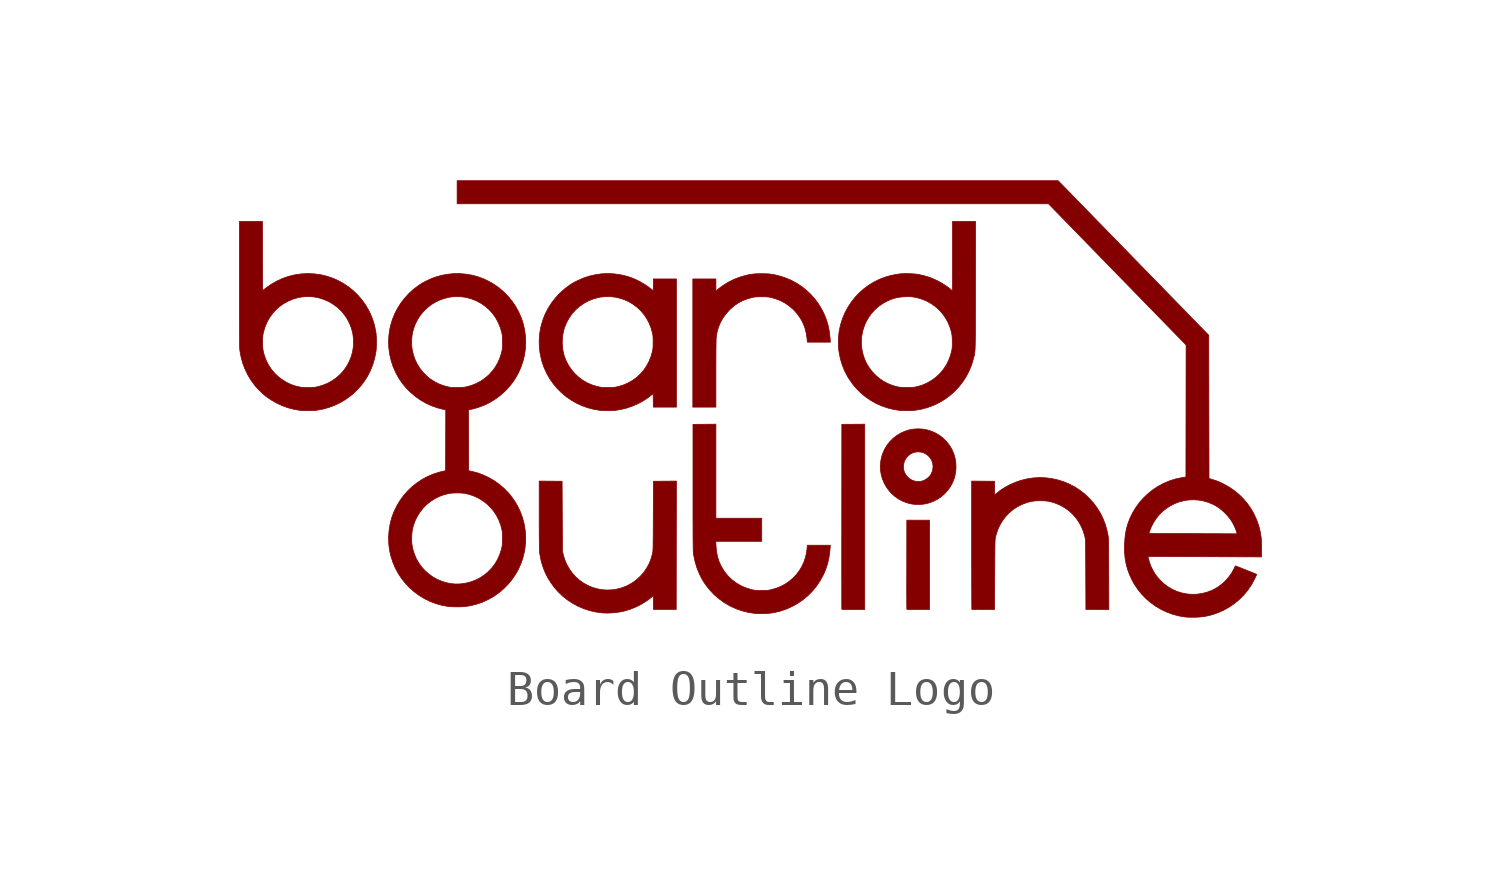
<source format=kicad_sym>
(kicad_symbol_lib
  (version 20211014)
  (generator kicad_symbol_editor)
  (symbol "Board Outline Logo"
    (pin_numbers hide)
    (pin_names
      (offset 1.016) hide)
    (property "Reference" "#G"
      (at 0 5.715 0)
      (effects (font (size 1.27 1.27)) hide))
    (symbol "Board Outline Logo_0_0"
      (polyline (pts (xy 4.796 -6.122) (xy 4.884 -6.121) (xy 5.213 -6.119) (xy 5.213 -3.523) (xy 4.551 -3.523) (xy 4.549 -4.812) (xy 4.549 -4.831) (xy 4.549 -4.979) (xy 4.549 -5.122) (xy 4.548 -5.26) (xy 4.548 -5.39) (xy 4.548 -5.513) (xy 4.548 -5.628) (xy 4.549 -5.732) (xy 4.549 -5.826) (xy 4.549 -5.909) (xy 4.549 -5.979) (xy 4.55 -6.035) (xy 4.55 -6.077) (xy 4.551 -6.103) (xy 4.551 -6.113) (xy 4.551 -6.113) (xy 4.556 -6.116) (xy 4.568 -6.118) (xy 4.59 -6.12) (xy 4.622 -6.121) (xy 4.667 -6.122) (xy 4.724 -6.122) (xy 4.796 -6.122)) (stroke (width 0.01) (type default) (color 0 0 0 0)) (fill (type outline)))
      (polyline (pts (xy 3.327 -0.731) (xy 2.661 -0.736) (xy 2.659 -3.419) (xy 2.659 -3.502) (xy 2.659 -3.715) (xy 2.659 -3.924) (xy 2.658 -4.127) (xy 2.658 -4.325) (xy 2.658 -5.04) (xy 2.658 -5.197) (xy 2.659 -5.344) (xy 2.659 -5.48) (xy 2.659 -5.605) (xy 2.659 -5.718) (xy 2.659 -5.818) (xy 2.659 -5.904) (xy 2.66 -5.977) (xy 2.66 -6.035) (xy 2.66 -6.077) (xy 2.66 -6.103) (xy 2.661 -6.113) (xy 2.665 -6.115) (xy 2.677 -6.118) (xy 2.699 -6.12) (xy 2.732 -6.121) (xy 2.776 -6.122) (xy 2.834 -6.123) (xy 2.907 -6.123) (xy 2.996 -6.123) (xy 3.327 -6.123) (xy 3.327 -0.731)) (stroke (width 0.01) (type default) (color 0 0 0 0)) (fill (type outline)))
      (polyline (pts (xy -1.002 0.856) (xy -1.002 1.01) (xy -1.001 1.153) (xy -1.001 1.283) (xy -1 1.4) (xy -0.999 1.502) (xy -0.998 1.591) (xy -0.997 1.664) (xy -0.996 1.721) (xy -0.994 1.763) (xy -0.993 1.787) (xy -0.992 1.796) (xy -0.968 1.945) (xy -0.927 2.088) (xy -0.871 2.224) (xy -0.799 2.353) (xy -0.71 2.476) (xy -0.606 2.592) (xy -0.575 2.622) (xy -0.464 2.717) (xy -0.347 2.797) (xy -0.222 2.863) (xy -0.087 2.915) (xy 0.059 2.955) (xy 0.07 2.958) (xy 0.102 2.964) (xy 0.133 2.968) (xy 0.168 2.971) (xy 0.209 2.973) (xy 0.261 2.974) (xy 0.327 2.974) (xy 0.35 2.974) (xy 0.41 2.974) (xy 0.459 2.972) (xy 0.497 2.97) (xy 0.531 2.967) (xy 0.562 2.962) (xy 0.594 2.955) (xy 0.719 2.922) (xy 0.862 2.868) (xy 0.996 2.799) (xy 1.12 2.716) (xy 1.234 2.619) (xy 1.28 2.574) (xy 1.381 2.457) (xy 1.465 2.334) (xy 1.534 2.204) (xy 1.587 2.066) (xy 1.625 1.92) (xy 1.648 1.766) (xy 1.658 1.655) (xy 2.327 1.655) (xy 2.322 1.736) (xy 2.313 1.833) (xy 2.292 1.993) (xy 2.261 2.142) (xy 2.22 2.285) (xy 2.167 2.424) (xy 2.102 2.563) (xy 2.079 2.607) (xy 1.985 2.763) (xy 1.877 2.909) (xy 1.756 3.045) (xy 1.624 3.168) (xy 1.482 3.28) (xy 1.331 3.378) (xy 1.171 3.462) (xy 1.005 3.531) (xy 0.832 3.584) (xy 0.757 3.603) (xy 0.687 3.618) (xy 0.622 3.629) (xy 0.558 3.637) (xy 0.491 3.642) (xy 0.415 3.645) (xy 0.327 3.645) (xy 0.243 3.645) (xy 0.167 3.642) (xy 0.099 3.638) (xy 0.035 3.63) (xy -0.029 3.619) (xy -0.099 3.604) (xy -0.179 3.584) (xy -0.308 3.546) (xy -0.473 3.482) (xy -0.634 3.403) (xy -0.786 3.31) (xy -0.927 3.205) (xy -1.002 3.144) (xy -1.002 3.493) (xy -1.673 3.493) (xy -1.673 -0.235) (xy -1.002 -0.235) (xy -1.002 0.856)) (stroke (width 0.01) (type default) (color 0 0 0 0)) (fill (type outline)))
      (polyline (pts (xy 4.938 -3.064) (xy 5.008 -3.06) (xy 5.066 -3.053) (xy 5.186 -3.025) (xy 5.313 -2.98) (xy 5.433 -2.92) (xy 5.545 -2.846) (xy 5.646 -2.759) (xy 5.737 -2.661) (xy 5.815 -2.553) (xy 5.88 -2.435) (xy 5.93 -2.308) (xy 5.948 -2.248) (xy 5.973 -2.12) (xy 5.982 -1.988) (xy 5.977 -1.855) (xy 5.956 -1.725) (xy 5.92 -1.598) (xy 5.87 -1.479) (xy 5.85 -1.44) (xy 5.777 -1.325) (xy 5.692 -1.221) (xy 5.596 -1.129) (xy 5.492 -1.05) (xy 5.379 -0.985) (xy 5.259 -0.933) (xy 5.134 -0.895) (xy 5.004 -0.873) (xy 4.872 -0.866) (xy 4.738 -0.875) (xy 4.604 -0.901) (xy 4.49 -0.938) (xy 4.368 -0.994) (xy 4.253 -1.064) (xy 4.149 -1.147) (xy 4.054 -1.242) (xy 3.972 -1.348) (xy 3.903 -1.463) (xy 3.849 -1.587) (xy 3.825 -1.659) (xy 3.795 -1.793) (xy 3.782 -1.927) (xy 3.783 -1.963) (xy 4.451 -1.963) (xy 4.461 -1.877) (xy 4.487 -1.797) (xy 4.528 -1.723) (xy 4.585 -1.657) (xy 4.586 -1.656) (xy 4.647 -1.605) (xy 4.712 -1.57) (xy 4.784 -1.546) (xy 4.796 -1.543) (xy 4.88 -1.535) (xy 4.961 -1.542) (xy 5.038 -1.565) (xy 5.11 -1.601) (xy 5.174 -1.649) (xy 5.229 -1.709) (xy 5.272 -1.779) (xy 5.301 -1.859) (xy 5.302 -1.86) (xy 5.313 -1.935) (xy 5.311 -2.016) (xy 5.294 -2.095) (xy 5.265 -2.17) (xy 5.229 -2.226) (xy 5.179 -2.279) (xy 5.121 -2.325) (xy 5.058 -2.362) (xy 4.995 -2.385) (xy 4.969 -2.391) (xy 4.883 -2.399) (xy 4.798 -2.391) (xy 4.719 -2.367) (xy 4.645 -2.326) (xy 4.579 -2.271) (xy 4.578 -2.271) (xy 4.522 -2.203) (xy 4.482 -2.131) (xy 4.459 -2.053) (xy 4.451 -1.968) (xy 4.451 -1.963) (xy 3.783 -1.963) (xy 3.785 -2.061) (xy 3.805 -2.193) (xy 3.841 -2.322) (xy 3.893 -2.446) (xy 3.96 -2.565) (xy 4.043 -2.677) (xy 4.101 -2.741) (xy 4.202 -2.831) (xy 4.313 -2.909) (xy 4.433 -2.972) (xy 4.559 -3.02) (xy 4.691 -3.052) (xy 4.726 -3.057) (xy 4.791 -3.063) (xy 4.864 -3.065) (xy 4.938 -3.064)) (stroke (width 0.01) (type default) (color 0 0 0 0)) (fill (type outline)))
      (polyline (pts (xy -4.049 -6.221) (xy -3.924 -6.211) (xy -3.8 -6.194) (xy -3.685 -6.171) (xy -3.65 -6.162) (xy -3.489 -6.112) (xy -3.33 -6.048) (xy -3.175 -5.97) (xy -3.029 -5.88) (xy -2.894 -5.781) (xy -2.823 -5.722) (xy -2.82 -5.921) (xy -2.818 -6.119) (xy -2.156 -6.119) (xy -2.154 -4.253) (xy -2.151 -2.386) (xy -2.818 -2.391) (xy -2.823 -3.401) (xy -2.823 -3.449) (xy -2.824 -3.598) (xy -2.824 -3.731) (xy -2.825 -3.849) (xy -2.825 -3.953) (xy -2.826 -4.044) (xy -2.827 -4.122) (xy -2.828 -4.19) (xy -2.828 -4.247) (xy -2.829 -4.296) (xy -2.83 -4.337) (xy -2.832 -4.37) (xy -2.833 -4.397) (xy -2.834 -4.42) (xy -2.836 -4.438) (xy -2.838 -4.454) (xy -2.841 -4.468) (xy -2.843 -4.48) (xy -2.846 -4.493) (xy -2.858 -4.544) (xy -2.897 -4.671) (xy -2.944 -4.786) (xy -2.947 -4.793) (xy -3.017 -4.921) (xy -3.1 -5.041) (xy -3.198 -5.152) (xy -3.306 -5.252) (xy -3.425 -5.34) (xy -3.551 -5.413) (xy -3.621 -5.446) (xy -3.76 -5.497) (xy -3.901 -5.532) (xy -4.044 -5.551) (xy -4.186 -5.555) (xy -4.326 -5.543) (xy -4.464 -5.517) (xy -4.598 -5.476) (xy -4.728 -5.421) (xy -4.851 -5.353) (xy -4.967 -5.271) (xy -5.074 -5.177) (xy -5.172 -5.07) (xy -5.258 -4.952) (xy -5.333 -4.821) (xy -5.347 -4.793) (xy -5.384 -4.707) (xy -5.415 -4.619) (xy -5.442 -4.521) (xy -5.465 -4.429) (xy -5.47 -3.41) (xy -5.475 -2.391) (xy -6.141 -2.386) (xy -6.141 -3.371) (xy -6.141 -3.485) (xy -6.141 -3.647) (xy -6.14 -3.796) (xy -6.14 -3.93) (xy -6.139 -4.05) (xy -6.138 -4.155) (xy -6.137 -4.245) (xy -6.136 -4.318) (xy -6.135 -4.376) (xy -6.133 -4.417) (xy -6.132 -4.441) (xy -6.122 -4.514) (xy -6.088 -4.694) (xy -6.038 -4.867) (xy -5.973 -5.034) (xy -5.894 -5.193) (xy -5.801 -5.343) (xy -5.696 -5.485) (xy -5.58 -5.616) (xy -5.452 -5.737) (xy -5.314 -5.846) (xy -5.166 -5.943) (xy -5.01 -6.027) (xy -4.846 -6.097) (xy -4.674 -6.153) (xy -4.496 -6.194) (xy -4.312 -6.219) (xy -4.286 -6.221) (xy -4.172 -6.225) (xy -4.049 -6.221)) (stroke (width 0.01) (type default) (color 0 0 0 0)) (fill (type outline)))
      (polyline (pts (xy 0.365 -6.24) (xy 0.437 -6.238) (xy 0.505 -6.234) (xy 0.566 -6.229) (xy 0.614 -6.224) (xy 0.734 -6.202) (xy 0.892 -6.162) (xy 1.045 -6.109) (xy 1.198 -6.041) (xy 1.218 -6.031) (xy 1.381 -5.94) (xy 1.534 -5.835) (xy 1.676 -5.717) (xy 1.805 -5.586) (xy 1.922 -5.444) (xy 2.026 -5.29) (xy 2.117 -5.126) (xy 2.152 -5.052) (xy 2.205 -4.919) (xy 2.248 -4.783) (xy 2.281 -4.641) (xy 2.305 -4.49) (xy 2.321 -4.327) (xy 2.327 -4.251) (xy 1.657 -4.251) (xy 1.651 -4.331) (xy 1.639 -4.435) (xy 1.609 -4.585) (xy 1.563 -4.727) (xy 1.502 -4.861) (xy 1.428 -4.987) (xy 1.341 -5.102) (xy 1.241 -5.208) (xy 1.13 -5.302) (xy 1.008 -5.384) (xy 0.876 -5.454) (xy 0.734 -5.509) (xy 0.584 -5.55) (xy 0.553 -5.556) (xy 0.518 -5.562) (xy 0.482 -5.566) (xy 0.441 -5.568) (xy 0.39 -5.569) (xy 0.327 -5.57) (xy 0.273 -5.569) (xy 0.221 -5.568) (xy 0.178 -5.566) (xy 0.142 -5.563) (xy 0.107 -5.557) (xy 0.07 -5.55) (xy 0.012 -5.536) (xy -0.136 -5.49) (xy -0.275 -5.429) (xy -0.405 -5.353) (xy -0.525 -5.264) (xy -0.634 -5.162) (xy -0.731 -5.046) (xy -0.779 -4.978) (xy -0.854 -4.85) (xy -0.913 -4.717) (xy -0.957 -4.576) (xy -0.985 -4.428) (xy -0.999 -4.27) (xy -1.004 -4.138) (xy 0.331 -4.138) (xy 0.331 -3.467) (xy -1.002 -3.467) (xy -1.002 -0.731) (xy -1.668 -0.736) (xy -1.668 -2.762) (xy -1.668 -2.967) (xy -1.668 -3.155) (xy -1.668 -3.328) (xy -1.668 -3.486) (xy -1.667 -3.629) (xy -1.667 -3.759) (xy -1.667 -3.876) (xy -1.666 -3.98) (xy -1.666 -4.072) (xy -1.665 -4.153) (xy -1.664 -4.224) (xy -1.663 -4.285) (xy -1.663 -4.336) (xy -1.662 -4.378) (xy -1.661 -4.413) (xy -1.659 -4.44) (xy -1.658 -4.46) (xy -1.657 -4.474) (xy -1.647 -4.544) (xy -1.608 -4.73) (xy -1.554 -4.909) (xy -1.485 -5.08) (xy -1.402 -5.243) (xy -1.304 -5.397) (xy -1.192 -5.541) (xy -1.066 -5.675) (xy -0.928 -5.798) (xy -0.777 -5.909) (xy -0.735 -5.936) (xy -0.574 -6.028) (xy -0.405 -6.104) (xy -0.229 -6.164) (xy -0.046 -6.208) (xy 0.143 -6.237) (xy 0.174 -6.239) (xy 0.229 -6.241) (xy 0.294 -6.242) (xy 0.365 -6.24)) (stroke (width 0.01) (type default) (color 0 0 0 0)) (fill (type outline)))
      (polyline (pts (xy 10.424 -5.094) (xy 10.424 -5.008) (xy 10.424 -4.862) (xy 10.423 -4.731) (xy 10.423 -4.615) (xy 10.422 -4.512) (xy 10.422 -4.423) (xy 10.421 -4.345) (xy 10.421 -4.278) (xy 10.42 -4.221) (xy 10.419 -4.172) (xy 10.418 -4.131) (xy 10.417 -4.097) (xy 10.416 -4.069) (xy 10.414 -4.045) (xy 10.412 -4.024) (xy 10.41 -4.007) (xy 10.408 -3.991) (xy 10.405 -3.975) (xy 10.402 -3.959) (xy 10.371 -3.812) (xy 10.322 -3.641) (xy 10.259 -3.48) (xy 10.183 -3.325) (xy 10.091 -3.175) (xy 10.09 -3.173) (xy 9.981 -3.025) (xy 9.86 -2.889) (xy 9.729 -2.765) (xy 9.588 -2.655) (xy 9.438 -2.558) (xy 9.28 -2.475) (xy 9.116 -2.406) (xy 8.946 -2.353) (xy 8.772 -2.314) (xy 8.595 -2.291) (xy 8.414 -2.284) (xy 8.233 -2.294) (xy 8.051 -2.321) (xy 8.024 -2.327) (xy 7.866 -2.367) (xy 7.71 -2.421) (xy 7.558 -2.487) (xy 7.413 -2.564) (xy 7.279 -2.651) (xy 7.158 -2.745) (xy 7.108 -2.788) (xy 7.106 -2.59) (xy 7.103 -2.391) (xy 6.77 -2.389) (xy 6.437 -2.386) (xy 6.437 -4.425) (xy 6.437 -4.6) (xy 6.437 -4.769) (xy 6.438 -4.931) (xy 6.438 -5.087) (xy 6.438 -5.235) (xy 6.438 -5.374) (xy 6.439 -5.504) (xy 6.439 -5.624) (xy 6.439 -5.733) (xy 6.44 -5.83) (xy 6.44 -5.914) (xy 6.441 -5.985) (xy 6.441 -6.041) (xy 6.442 -6.083) (xy 6.442 -6.109) (xy 6.443 -6.118) (xy 6.443 -6.118) (xy 6.455 -6.119) (xy 6.481 -6.12) (xy 6.522 -6.121) (xy 6.573 -6.122) (xy 6.634 -6.122) (xy 6.702 -6.122) (xy 6.776 -6.121) (xy 7.103 -6.119) (xy 7.108 -5.104) (xy 7.108 -5.072) (xy 7.109 -4.921) (xy 7.11 -4.786) (xy 7.11 -4.666) (xy 7.111 -4.561) (xy 7.112 -4.468) (xy 7.112 -4.388) (xy 7.113 -4.319) (xy 7.114 -4.26) (xy 7.115 -4.211) (xy 7.116 -4.169) (xy 7.117 -4.135) (xy 7.118 -4.107) (xy 7.12 -4.084) (xy 7.122 -4.065) (xy 7.124 -4.05) (xy 7.126 -4.036) (xy 7.128 -4.024) (xy 7.131 -4.011) (xy 7.145 -3.957) (xy 7.193 -3.809) (xy 7.256 -3.67) (xy 7.332 -3.541) (xy 7.421 -3.423) (xy 7.523 -3.315) (xy 7.635 -3.22) (xy 7.758 -3.138) (xy 7.891 -3.069) (xy 8.034 -3.015) (xy 8.063 -3.006) (xy 8.133 -2.986) (xy 8.2 -2.973) (xy 8.269 -2.964) (xy 8.344 -2.959) (xy 8.432 -2.958) (xy 8.468 -2.958) (xy 8.55 -2.961) (xy 8.622 -2.967) (xy 8.689 -2.977) (xy 8.757 -2.993) (xy 8.83 -3.015) (xy 8.882 -3.033) (xy 9.021 -3.092) (xy 9.15 -3.166) (xy 9.27 -3.253) (xy 9.378 -3.353) (xy 9.475 -3.464) (xy 9.56 -3.586) (xy 9.631 -3.719) (xy 9.689 -3.861) (xy 9.732 -4.011) (xy 9.733 -4.014) (xy 9.736 -4.026) (xy 9.738 -4.038) (xy 9.74 -4.052) (xy 9.742 -4.069) (xy 9.744 -4.088) (xy 9.745 -4.112) (xy 9.747 -4.141) (xy 9.748 -4.177) (xy 9.749 -4.22) (xy 9.75 -4.271) (xy 9.751 -4.332) (xy 9.751 -4.403) (xy 9.752 -4.486) (xy 9.753 -4.581) (xy 9.753 -4.689) (xy 9.754 -4.812) (xy 9.755 -4.95) (xy 9.755 -5.104) (xy 9.76 -6.119) (xy 10.427 -6.124) (xy 10.424 -5.094)) (stroke (width 0.01) (type default) (color 0 0 0 0)) (fill (type outline)))
      (polyline (pts (xy -4.052 -0.337) (xy -3.989 -0.334) (xy -3.939 -0.331) (xy -3.788 -0.308) (xy -3.611 -0.266) (xy -3.438 -0.208) (xy -3.271 -0.136) (xy -3.221 -0.11) (xy -3.108 -0.047) (xy -3.004 0.021) (xy -2.902 0.097) (xy -2.827 0.158) (xy -2.824 -0.039) (xy -2.822 -0.235) (xy -2.151 -0.235) (xy -2.151 3.493) (xy -2.822 3.493) (xy -2.822 3.316) (xy -2.822 3.264) (xy -2.823 3.22) (xy -2.824 3.185) (xy -2.825 3.162) (xy -2.827 3.153) (xy -2.83 3.155) (xy -2.844 3.165) (xy -2.866 3.183) (xy -2.894 3.206) (xy -2.976 3.269) (xy -3.074 3.335) (xy -3.18 3.397) (xy -3.29 3.455) (xy -3.401 3.505) (xy -3.506 3.545) (xy -3.599 3.573) (xy -3.78 3.616) (xy -3.962 3.641) (xy -4.144 3.65) (xy -4.326 3.642) (xy -4.506 3.617) (xy -4.683 3.576) (xy -4.857 3.518) (xy -5.026 3.444) (xy -5.044 3.435) (xy -5.095 3.409) (xy -5.144 3.382) (xy -5.189 3.356) (xy -5.222 3.336) (xy -5.262 3.309) (xy -5.412 3.195) (xy -5.55 3.07) (xy -5.675 2.934) (xy -5.787 2.788) (xy -5.885 2.633) (xy -5.968 2.47) (xy -6.035 2.299) (xy -6.087 2.121) (xy -6.096 2.084) (xy -6.127 1.905) (xy -6.141 1.722) (xy -6.141 1.672) (xy -5.471 1.672) (xy -5.463 1.808) (xy -5.442 1.94) (xy -5.409 2.064) (xy -5.399 2.093) (xy -5.339 2.236) (xy -5.265 2.367) (xy -5.178 2.489) (xy -5.079 2.598) (xy -4.968 2.696) (xy -4.846 2.781) (xy -4.714 2.853) (xy -4.572 2.91) (xy -4.421 2.953) (xy -4.418 2.954) (xy -4.348 2.966) (xy -4.267 2.974) (xy -4.179 2.978) (xy -4.09 2.977) (xy -4.005 2.972) (xy -3.93 2.963) (xy -3.82 2.939) (xy -3.677 2.894) (xy -3.541 2.834) (xy -3.415 2.76) (xy -3.298 2.673) (xy -3.192 2.573) (xy -3.097 2.462) (xy -3.014 2.341) (xy -2.944 2.209) (xy -2.888 2.068) (xy -2.847 1.919) (xy -2.846 1.914) (xy -2.839 1.881) (xy -2.834 1.849) (xy -2.831 1.814) (xy -2.829 1.772) (xy -2.828 1.721) (xy -2.828 1.655) (xy -2.828 1.639) (xy -2.828 1.577) (xy -2.829 1.528) (xy -2.831 1.489) (xy -2.835 1.456) (xy -2.84 1.424) (xy -2.846 1.391) (xy -2.847 1.388) (xy -2.889 1.238) (xy -2.946 1.096) (xy -3.017 0.964) (xy -3.101 0.841) (xy -3.198 0.729) (xy -3.307 0.629) (xy -3.428 0.541) (xy -3.559 0.467) (xy -3.571 0.462) (xy -3.663 0.42) (xy -3.756 0.388) (xy -3.859 0.36) (xy -3.891 0.353) (xy -3.925 0.346) (xy -3.961 0.342) (xy -4.002 0.339) (xy -4.052 0.337) (xy -4.116 0.335) (xy -4.168 0.335) (xy -4.218 0.335) (xy -4.26 0.335) (xy -4.291 0.335) (xy -4.307 0.336) (xy -4.381 0.349) (xy -4.471 0.37) (xy -4.555 0.394) (xy -4.621 0.417) (xy -4.756 0.477) (xy -4.883 0.552) (xy -5 0.641) (xy -5.107 0.742) (xy -5.203 0.854) (xy -5.286 0.976) (xy -5.355 1.107) (xy -5.41 1.246) (xy -5.418 1.273) (xy -5.448 1.4) (xy -5.466 1.535) (xy -5.471 1.672) (xy -6.141 1.672) (xy -6.139 1.539) (xy -6.12 1.356) (xy -6.083 1.175) (xy -6.059 1.084) (xy -5.999 0.912) (xy -5.924 0.748) (xy -5.835 0.592) (xy -5.733 0.446) (xy -5.619 0.31) (xy -5.493 0.184) (xy -5.357 0.07) (xy -5.211 -0.031) (xy -5.056 -0.12) (xy -4.893 -0.195) (xy -4.723 -0.255) (xy -4.546 -0.301) (xy -4.364 -0.33) (xy -4.322 -0.334) (xy -4.261 -0.337) (xy -4.193 -0.338) (xy -4.121 -0.338) (xy -4.052 -0.337)) (stroke (width 0.01) (type default) (color 0 0 0 0)) (fill (type outline)))
      (polyline (pts (xy -12.774 -0.337) (xy -12.71 -0.335) (xy -12.658 -0.331) (xy -12.619 -0.326) (xy -12.437 -0.294) (xy -12.26 -0.245) (xy -12.087 -0.181) (xy -11.921 -0.101) (xy -11.764 -0.006) (xy -11.616 0.102) (xy -11.552 0.156) (xy -11.479 0.225) (xy -11.407 0.299) (xy -11.339 0.373) (xy -11.282 0.443) (xy -11.233 0.509) (xy -11.135 0.663) (xy -11.051 0.827) (xy -10.982 0.999) (xy -10.929 1.178) (xy -10.891 1.363) (xy -10.884 1.419) (xy -10.879 1.49) (xy -10.876 1.57) (xy -10.875 1.654) (xy -10.876 1.738) (xy -10.879 1.818) (xy -10.884 1.889) (xy -10.891 1.947) (xy -10.892 1.95) (xy -10.921 2.1) (xy -10.958 2.239) (xy -11.005 2.372) (xy -11.062 2.504) (xy -11.1 2.58) (xy -11.193 2.739) (xy -11.299 2.887) (xy -11.417 3.024) (xy -11.546 3.149) (xy -11.686 3.262) (xy -11.834 3.361) (xy -11.991 3.447) (xy -12.155 3.518) (xy -12.325 3.575) (xy -12.501 3.616) (xy -12.681 3.641) (xy -12.866 3.65) (xy -12.893 3.65) (xy -13.079 3.638) (xy -13.261 3.61) (xy -13.439 3.566) (xy -13.612 3.505) (xy -13.779 3.428) (xy -13.939 3.335) (xy -14.092 3.227) (xy -14.185 3.155) (xy -14.187 4.16) (xy -14.19 5.165) (xy -14.86 5.165) (xy -14.86 3.057) (xy -14.86 2.83) (xy -14.86 2.619) (xy -14.86 2.427) (xy -14.859 2.251) (xy -14.858 2.093) (xy -14.858 1.952) (xy -14.857 1.828) (xy -14.856 1.722) (xy -14.856 1.685) (xy -14.185 1.685) (xy -14.185 1.743) (xy -14.183 1.788) (xy -14.181 1.826) (xy -14.177 1.858) (xy -14.172 1.89) (xy -14.165 1.924) (xy -14.162 1.938) (xy -14.118 2.088) (xy -14.06 2.229) (xy -13.988 2.36) (xy -13.902 2.481) (xy -13.804 2.591) (xy -13.695 2.689) (xy -13.574 2.775) (xy -13.443 2.847) (xy -13.303 2.906) (xy -13.153 2.95) (xy -13.116 2.958) (xy -13.028 2.97) (xy -12.931 2.977) (xy -12.832 2.978) (xy -12.736 2.974) (xy -12.649 2.963) (xy -12.534 2.938) (xy -12.392 2.892) (xy -12.257 2.832) (xy -12.131 2.757) (xy -12.014 2.67) (xy -11.908 2.571) (xy -11.813 2.461) (xy -11.731 2.34) (xy -11.662 2.21) (xy -11.607 2.072) (xy -11.567 1.927) (xy -11.56 1.885) (xy -11.55 1.805) (xy -11.544 1.717) (xy -11.543 1.627) (xy -11.546 1.541) (xy -11.554 1.466) (xy -11.576 1.348) (xy -11.619 1.204) (xy -11.677 1.068) (xy -11.748 0.941) (xy -11.833 0.823) (xy -11.931 0.715) (xy -12.04 0.619) (xy -12.16 0.534) (xy -12.29 0.462) (xy -12.43 0.404) (xy -12.578 0.36) (xy -12.607 0.353) (xy -12.642 0.347) (xy -12.679 0.342) (xy -12.72 0.339) (xy -12.771 0.337) (xy -12.835 0.335) (xy -12.907 0.334) (xy -12.975 0.335) (xy -13.03 0.338) (xy -13.075 0.344) (xy -13.215 0.375) (xy -13.355 0.422) (xy -13.488 0.485) (xy -13.612 0.56) (xy -13.728 0.648) (xy -13.833 0.749) (xy -13.927 0.859) (xy -14.007 0.98) (xy -14.075 1.109) (xy -14.127 1.246) (xy -14.145 1.305) (xy -14.16 1.36) (xy -14.171 1.411) (xy -14.178 1.461) (xy -14.182 1.516) (xy -14.184 1.579) (xy -14.185 1.655) (xy -14.185 1.685) (xy -14.856 1.685) (xy -14.855 1.633) (xy -14.854 1.561) (xy -14.854 1.506) (xy -14.852 1.468) (xy -14.851 1.448) (xy -14.845 1.395) (xy -14.811 1.215) (xy -14.762 1.038) (xy -14.696 0.866) (xy -14.616 0.701) (xy -14.521 0.544) (xy -14.413 0.396) (xy -14.411 0.393) (xy -14.364 0.339) (xy -14.307 0.279) (xy -14.244 0.217) (xy -14.18 0.158) (xy -14.118 0.103) (xy -14.062 0.059) (xy -13.936 -0.027) (xy -13.777 -0.118) (xy -13.611 -0.195) (xy -13.439 -0.256) (xy -13.264 -0.301) (xy -13.088 -0.33) (xy -13.05 -0.333) (xy -12.989 -0.336) (xy -12.919 -0.338) (xy -12.846 -0.338) (xy -12.774 -0.337)) (stroke (width 0.01) (type default) (color 0 0 0 0)) (fill (type outline)))
      (polyline (pts (xy 12.913 -6.346) (xy 12.971 -6.345) (xy 13.064 -6.34) (xy 13.148 -6.332) (xy 13.228 -6.32) (xy 13.311 -6.303) (xy 13.402 -6.28) (xy 13.447 -6.268) (xy 13.615 -6.209) (xy 13.779 -6.135) (xy 13.935 -6.046) (xy 14.083 -5.944) (xy 14.221 -5.829) (xy 14.349 -5.702) (xy 14.464 -5.564) (xy 14.566 -5.416) (xy 14.567 -5.414) (xy 14.591 -5.373) (xy 14.618 -5.323) (xy 14.647 -5.269) (xy 14.674 -5.216) (xy 14.698 -5.168) (xy 14.715 -5.13) (xy 14.727 -5.099) (xy 14.419 -4.974) (xy 14.406 -4.969) (xy 14.338 -4.942) (xy 14.276 -4.917) (xy 14.22 -4.895) (xy 14.174 -4.877) (xy 14.139 -4.863) (xy 14.116 -4.855) (xy 14.107 -4.853) (xy 14.107 -4.854) (xy 14.1 -4.867) (xy 14.089 -4.891) (xy 14.074 -4.921) (xy 14.068 -4.935) (xy 13.999 -5.06) (xy 13.915 -5.178) (xy 13.819 -5.287) (xy 13.712 -5.385) (xy 13.595 -5.471) (xy 13.471 -5.542) (xy 13.417 -5.567) (xy 13.277 -5.619) (xy 13.134 -5.655) (xy 12.988 -5.676) (xy 12.841 -5.68) (xy 12.695 -5.668) (xy 12.55 -5.64) (xy 12.41 -5.596) (xy 12.275 -5.535) (xy 12.263 -5.529) (xy 12.134 -5.452) (xy 12.016 -5.361) (xy 11.909 -5.258) (xy 11.813 -5.145) (xy 11.731 -5.022) (xy 11.663 -4.891) (xy 11.609 -4.752) (xy 11.572 -4.609) (xy 11.566 -4.579) (xy 13.217 -4.585) (xy 14.869 -4.591) (xy 14.869 -4.343) (xy 14.868 -4.244) (xy 14.865 -4.156) (xy 14.861 -4.082) (xy 14.856 -4.023) (xy 14.833 -3.874) (xy 14.79 -3.696) (xy 14.731 -3.524) (xy 14.657 -3.359) (xy 14.569 -3.201) (xy 14.466 -3.053) (xy 14.351 -2.914) (xy 14.224 -2.786) (xy 14.084 -2.67) (xy 13.934 -2.566) (xy 13.773 -2.475) (xy 13.765 -2.471) (xy 13.702 -2.441) (xy 13.65 -2.416) (xy 13.603 -2.396) (xy 13.556 -2.378) (xy 13.505 -2.361) (xy 13.445 -2.342) (xy 13.34 -2.311) (xy 13.336 -0.228) (xy 13.332 1.855) (xy 8.952 6.35) (xy -8.528 6.35) (xy -8.528 5.679) (xy 8.672 5.679) (xy 12.674 1.572) (xy 12.669 -2.268) (xy 12.591 -2.279) (xy 12.537 -2.288) (xy 12.36 -2.326) (xy 12.188 -2.381) (xy 12.024 -2.451) (xy 11.866 -2.535) (xy 11.716 -2.632) (xy 11.576 -2.743) (xy 11.446 -2.865) (xy 11.327 -2.998) (xy 11.22 -3.142) (xy 11.126 -3.295) (xy 11.046 -3.457) (xy 10.98 -3.627) (xy 10.965 -3.677) (xy 10.94 -3.77) (xy 10.92 -3.867) (xy 10.913 -3.911) (xy 11.593 -3.911) (xy 11.599 -3.887) (xy 11.601 -3.881) (xy 11.608 -3.858) (xy 11.62 -3.825) (xy 11.633 -3.789) (xy 11.655 -3.733) (xy 11.722 -3.6) (xy 11.801 -3.477) (xy 11.892 -3.366) (xy 11.992 -3.266) (xy 12.102 -3.178) (xy 12.22 -3.103) (xy 12.345 -3.04) (xy 12.476 -2.991) (xy 12.611 -2.956) (xy 12.749 -2.935) (xy 12.89 -2.929) (xy 13.032 -2.938) (xy 13.174 -2.963) (xy 13.314 -3.004) (xy 13.453 -3.061) (xy 13.475 -3.072) (xy 13.563 -3.121) (xy 13.645 -3.176) (xy 13.725 -3.241) (xy 13.807 -3.318) (xy 13.872 -3.386) (xy 13.948 -3.479) (xy 14.012 -3.574) (xy 14.067 -3.676) (xy 14.116 -3.789) (xy 14.121 -3.802) (xy 14.134 -3.839) (xy 14.144 -3.87) (xy 14.15 -3.891) (xy 14.156 -3.92) (xy 13.705 -3.918) (xy 13.657 -3.917) (xy 13.569 -3.917) (xy 13.466 -3.917) (xy 13.353 -3.916) (xy 13.23 -3.916) (xy 13.1 -3.915) (xy 12.966 -3.915) (xy 12.828 -3.914) (xy 12.691 -3.914) (xy 12.555 -3.913) (xy 12.423 -3.913) (xy 11.593 -3.911) (xy 10.913 -3.911) (xy 10.904 -3.972) (xy 10.892 -4.09) (xy 10.882 -4.276) (xy 10.884 -4.456) (xy 10.899 -4.627) (xy 10.928 -4.792) (xy 10.971 -4.951) (xy 11.028 -5.106) (xy 11.099 -5.26) (xy 11.161 -5.373) (xy 11.262 -5.526) (xy 11.376 -5.668) (xy 11.502 -5.799) (xy 11.639 -5.918) (xy 11.786 -6.024) (xy 11.942 -6.116) (xy 12.106 -6.194) (xy 12.277 -6.258) (xy 12.454 -6.306) (xy 12.636 -6.337) (xy 12.653 -6.339) (xy 12.723 -6.344) (xy 12.81 -6.347) (xy 12.913 -6.346)) (stroke (width 0.01) (type default) (color 0 0 0 0)) (fill (type outline)))
      (polyline (pts (xy 4.616 -0.337) (xy 4.674 -0.336) (xy 4.725 -0.334) (xy 4.763 -0.331) (xy 4.785 -0.328) (xy 4.967 -0.297) (xy 5.144 -0.25) (xy 5.317 -0.187) (xy 5.483 -0.109) (xy 5.641 -0.016) (xy 5.79 0.091) (xy 5.929 0.212) (xy 5.952 0.235) (xy 6.078 0.371) (xy 6.191 0.518) (xy 6.289 0.674) (xy 6.372 0.838) (xy 6.441 1.009) (xy 6.492 1.186) (xy 6.495 1.197) (xy 6.501 1.22) (xy 6.506 1.241) (xy 6.511 1.26) (xy 6.516 1.28) (xy 6.519 1.299) (xy 6.523 1.32) (xy 6.527 1.342) (xy 6.529 1.367) (xy 6.532 1.396) (xy 6.535 1.428) (xy 6.537 1.465) (xy 6.538 1.507) (xy 6.54 1.556) (xy 6.541 1.612) (xy 6.543 1.675) (xy 6.543 1.747) (xy 6.544 1.829) (xy 6.545 1.92) (xy 6.546 2.022) (xy 6.546 2.135) (xy 6.546 2.261) (xy 6.547 2.399) (xy 6.547 2.551) (xy 6.547 2.718) (xy 6.548 2.9) (xy 6.548 3.098) (xy 6.548 3.312) (xy 6.551 5.165) (xy 5.88 5.165) (xy 5.88 3.144) (xy 5.816 3.198) (xy 5.778 3.229) (xy 5.682 3.298) (xy 5.575 3.366) (xy 5.462 3.429) (xy 5.347 3.485) (xy 5.234 3.531) (xy 5.199 3.543) (xy 5.117 3.569) (xy 5.028 3.593) (xy 4.938 3.613) (xy 4.855 3.628) (xy 4.832 3.632) (xy 4.762 3.639) (xy 4.682 3.644) (xy 4.597 3.647) (xy 4.513 3.648) (xy 4.435 3.646) (xy 4.368 3.642) (xy 4.279 3.631) (xy 4.098 3.597) (xy 3.923 3.547) (xy 3.755 3.483) (xy 3.595 3.404) (xy 3.443 3.312) (xy 3.301 3.206) (xy 3.168 3.089) (xy 3.047 2.961) (xy 2.937 2.821) (xy 2.839 2.672) (xy 2.754 2.514) (xy 2.683 2.347) (xy 2.627 2.172) (xy 2.586 1.99) (xy 2.584 1.98) (xy 2.576 1.914) (xy 2.569 1.837) (xy 2.564 1.753) (xy 2.563 1.717) (xy 3.23 1.717) (xy 3.244 1.857) (xy 3.273 1.994) (xy 3.316 2.128) (xy 3.372 2.256) (xy 3.442 2.377) (xy 3.525 2.491) (xy 3.62 2.597) (xy 3.727 2.692) (xy 3.846 2.776) (xy 3.976 2.848) (xy 3.981 2.85) (xy 4.085 2.896) (xy 4.185 2.93) (xy 4.287 2.954) (xy 4.394 2.969) (xy 4.512 2.976) (xy 4.549 2.977) (xy 4.603 2.978) (xy 4.647 2.977) (xy 4.686 2.975) (xy 4.725 2.97) (xy 4.769 2.963) (xy 4.856 2.946) (xy 5 2.902) (xy 5.137 2.845) (xy 5.265 2.773) (xy 5.384 2.687) (xy 5.493 2.59) (xy 5.591 2.48) (xy 5.676 2.36) (xy 5.748 2.23) (xy 5.805 2.091) (xy 5.81 2.078) (xy 5.832 2.006) (xy 5.85 1.942) (xy 5.862 1.879) (xy 5.869 1.814) (xy 5.873 1.741) (xy 5.874 1.655) (xy 5.874 1.598) (xy 5.873 1.545) (xy 5.871 1.503) (xy 5.867 1.466) (xy 5.862 1.433) (xy 5.855 1.397) (xy 5.819 1.26) (xy 5.764 1.118) (xy 5.696 0.985) (xy 5.614 0.861) (xy 5.519 0.748) (xy 5.412 0.646) (xy 5.294 0.556) (xy 5.165 0.48) (xy 5.153 0.474) (xy 5.074 0.436) (xy 5.001 0.406) (xy 4.926 0.382) (xy 4.843 0.36) (xy 4.808 0.352) (xy 4.774 0.346) (xy 4.738 0.342) (xy 4.697 0.339) (xy 4.646 0.337) (xy 4.582 0.335) (xy 4.56 0.335) (xy 4.465 0.335) (xy 4.382 0.34) (xy 4.306 0.35) (xy 4.232 0.366) (xy 4.155 0.389) (xy 4.072 0.419) (xy 4.005 0.448) (xy 3.877 0.515) (xy 3.756 0.597) (xy 3.644 0.692) (xy 3.543 0.798) (xy 3.455 0.914) (xy 3.38 1.038) (xy 3.326 1.154) (xy 3.279 1.293) (xy 3.247 1.434) (xy 3.231 1.576) (xy 3.23 1.717) (xy 2.563 1.717) (xy 2.562 1.667) (xy 2.562 1.584) (xy 2.564 1.508) (xy 2.569 1.445) (xy 2.582 1.353) (xy 2.619 1.169) (xy 2.672 0.992) (xy 2.741 0.822) (xy 2.825 0.659) (xy 2.858 0.606) (xy 2.964 0.451) (xy 3.082 0.309) (xy 3.212 0.179) (xy 3.352 0.063) (xy 3.502 -0.04) (xy 3.66 -0.129) (xy 3.828 -0.203) (xy 4.003 -0.262) (xy 4.185 -0.306) (xy 4.373 -0.334) (xy 4.395 -0.335) (xy 4.44 -0.337) (xy 4.494 -0.338) (xy 4.555 -0.338) (xy 4.616 -0.337)) (stroke (width 0.01) (type default) (color 0 0 0 0)) (fill (type outline)))
      (polyline (pts (xy -8.404 -6.042) (xy -8.33 -6.038) (xy -8.269 -6.032) (xy -8.116 -6.006) (xy -7.942 -5.96) (xy -7.773 -5.9) (xy -7.611 -5.824) (xy -7.458 -5.736) (xy -7.313 -5.634) (xy -7.178 -5.52) (xy -7.053 -5.394) (xy -6.94 -5.259) (xy -6.839 -5.113) (xy -6.75 -4.959) (xy -6.676 -4.796) (xy -6.617 -4.626) (xy -6.573 -4.45) (xy -6.557 -4.359) (xy -6.537 -4.174) (xy -6.535 -3.99) (xy -6.549 -3.808) (xy -6.579 -3.629) (xy -6.626 -3.453) (xy -6.688 -3.283) (xy -6.766 -3.118) (xy -6.86 -2.959) (xy -6.969 -2.809) (xy -7.035 -2.731) (xy -7.161 -2.602) (xy -7.298 -2.484) (xy -7.445 -2.379) (xy -7.6 -2.288) (xy -7.762 -2.211) (xy -7.929 -2.149) (xy -8.101 -2.104) (xy -8.192 -2.085) (xy -8.194 -1.2) (xy -8.197 -0.315) (xy -8.147 -0.305) (xy -8.108 -0.297) (xy -7.927 -0.248) (xy -7.753 -0.184) (xy -7.587 -0.104) (xy -7.429 -0.009) (xy -7.279 0.101) (xy -7.139 0.226) (xy -7.075 0.292) (xy -6.976 0.403) (xy -6.889 0.518) (xy -6.811 0.641) (xy -6.738 0.776) (xy -6.667 0.939) (xy -6.609 1.111) (xy -6.567 1.286) (xy -6.542 1.465) (xy -6.533 1.644) (xy -6.54 1.823) (xy -6.563 2.002) (xy -6.602 2.177) (xy -6.657 2.349) (xy -6.729 2.515) (xy -6.738 2.534) (xy -6.828 2.696) (xy -6.931 2.848) (xy -7.046 2.988) (xy -7.171 3.115) (xy -7.305 3.23) (xy -7.449 3.332) (xy -7.599 3.42) (xy -7.757 3.495) (xy -7.921 3.556) (xy -8.09 3.602) (xy -8.263 3.632) (xy -8.439 3.648) (xy -8.617 3.648) (xy -8.796 3.631) (xy -8.976 3.599) (xy -9.155 3.549) (xy -9.198 3.534) (xy -9.285 3.499) (xy -9.376 3.458) (xy -9.466 3.414) (xy -9.549 3.368) (xy -9.621 3.323) (xy -9.643 3.308) (xy -9.792 3.196) (xy -9.929 3.071) (xy -10.053 2.936) (xy -10.165 2.791) (xy -10.262 2.638) (xy -10.345 2.476) (xy -10.413 2.308) (xy -10.464 2.134) (xy -10.486 2.035) (xy -10.513 1.852) (xy -10.522 1.669) (xy -10.522 1.659) (xy -9.851 1.659) (xy -9.848 1.755) (xy -9.839 1.846) (xy -9.826 1.927) (xy -9.797 2.039) (xy -9.745 2.179) (xy -9.679 2.311) (xy -9.6 2.434) (xy -9.508 2.546) (xy -9.404 2.648) (xy -9.29 2.739) (xy -9.165 2.816) (xy -9.033 2.88) (xy -8.892 2.929) (xy -8.744 2.963) (xy -8.705 2.969) (xy -8.613 2.976) (xy -8.514 2.978) (xy -8.416 2.975) (xy -8.323 2.965) (xy -8.24 2.95) (xy -8.094 2.907) (xy -7.953 2.849) (xy -7.822 2.777) (xy -7.701 2.692) (xy -7.591 2.594) (xy -7.493 2.484) (xy -7.407 2.362) (xy -7.335 2.231) (xy -7.276 2.089) (xy -7.231 1.938) (xy -7.224 1.904) (xy -7.218 1.874) (xy -7.214 1.844) (xy -7.211 1.812) (xy -7.209 1.772) (xy -7.209 1.723) (xy -7.208 1.659) (xy -7.208 1.608) (xy -7.209 1.55) (xy -7.211 1.504) (xy -7.214 1.466) (xy -7.218 1.433) (xy -7.224 1.403) (xy -7.239 1.339) (xy -7.286 1.191) (xy -7.346 1.054) (xy -7.419 0.928) (xy -7.5 0.819) (xy -7.601 0.707) (xy -7.714 0.608) (xy -7.838 0.523) (xy -7.971 0.452) (xy -8.114 0.395) (xy -8.266 0.353) (xy -8.284 0.35) (xy -8.327 0.344) (xy -8.381 0.34) (xy -8.443 0.337) (xy -8.507 0.335) (xy -8.571 0.334) (xy -8.63 0.335) (xy -8.68 0.337) (xy -8.716 0.34) (xy -8.768 0.349) (xy -8.914 0.386) (xy -9.054 0.438) (xy -9.185 0.504) (xy -9.307 0.583) (xy -9.42 0.675) (xy -9.521 0.779) (xy -9.611 0.893) (xy -9.689 1.017) (xy -9.752 1.15) (xy -9.801 1.29) (xy -9.835 1.438) (xy -9.841 1.476) (xy -9.848 1.564) (xy -9.851 1.659) (xy -10.522 1.659) (xy -10.515 1.485) (xy -10.491 1.304) (xy -10.45 1.125) (xy -10.392 0.95) (xy -10.318 0.78) (xy -10.289 0.723) (xy -10.211 0.587) (xy -10.125 0.461) (xy -10.027 0.342) (xy -9.916 0.226) (xy -9.889 0.201) (xy -9.746 0.078) (xy -9.595 -0.029) (xy -9.435 -0.121) (xy -9.267 -0.198) (xy -9.091 -0.259) (xy -8.909 -0.305) (xy -8.859 -0.315) (xy -8.863 -2.085) (xy -8.954 -2.104) (xy -9.053 -2.128) (xy -9.224 -2.183) (xy -9.389 -2.253) (xy -9.547 -2.339) (xy -9.697 -2.438) (xy -9.838 -2.551) (xy -9.97 -2.676) (xy -10.089 -2.814) (xy -10.196 -2.962) (xy -10.28 -3.102) (xy -10.361 -3.268) (xy -10.426 -3.439) (xy -10.474 -3.616) (xy -10.505 -3.798) (xy -10.52 -3.985) (xy -10.521 -4.053) (xy -9.85 -4.053) (xy -9.848 -3.978) (xy -9.843 -3.905) (xy -9.836 -3.839) (xy -9.827 -3.785) (xy -9.803 -3.69) (xy -9.753 -3.548) (xy -9.688 -3.414) (xy -9.61 -3.29) (xy -9.519 -3.175) (xy -9.417 -3.071) (xy -9.303 -2.979) (xy -9.18 -2.9) (xy -9.048 -2.834) (xy -8.908 -2.782) (xy -8.76 -2.746) (xy -8.715 -2.74) (xy -8.648 -2.734) (xy -8.573 -2.731) (xy -8.495 -2.731) (xy -8.42 -2.733) (xy -8.351 -2.738) (xy -8.295 -2.746) (xy -8.179 -2.773) (xy -8.038 -2.821) (xy -7.904 -2.884) (xy -7.779 -2.961) (xy -7.663 -3.05) (xy -7.558 -3.151) (xy -7.465 -3.264) (xy -7.383 -3.386) (xy -7.316 -3.517) (xy -7.262 -3.657) (xy -7.224 -3.804) (xy -7.217 -3.85) (xy -7.211 -3.911) (xy -7.208 -3.98) (xy -7.207 -4.053) (xy -7.208 -4.127) (xy -7.211 -4.196) (xy -7.217 -4.256) (xy -7.224 -4.303) (xy -7.244 -4.386) (xy -7.292 -4.532) (xy -7.353 -4.668) (xy -7.429 -4.794) (xy -7.518 -4.912) (xy -7.623 -5.021) (xy -7.719 -5.103) (xy -7.842 -5.188) (xy -7.974 -5.258) (xy -8.113 -5.312) (xy -8.259 -5.351) (xy -8.41 -5.374) (xy -8.457 -5.378) (xy -8.577 -5.38) (xy -8.694 -5.37) (xy -8.815 -5.348) (xy -8.818 -5.347) (xy -8.963 -5.305) (xy -9.101 -5.248) (xy -9.23 -5.176) (xy -9.349 -5.092) (xy -9.458 -4.996) (xy -9.556 -4.889) (xy -9.641 -4.771) (xy -9.714 -4.645) (xy -9.772 -4.51) (xy -9.816 -4.368) (xy -9.844 -4.22) (xy -9.847 -4.189) (xy -9.85 -4.125) (xy -9.85 -4.053) (xy -10.521 -4.053) (xy -10.521 -4.064) (xy -10.517 -4.194) (xy -10.505 -4.321) (xy -10.483 -4.45) (xy -10.45 -4.586) (xy -10.393 -4.758) (xy -10.322 -4.923) (xy -10.237 -5.08) (xy -10.138 -5.228) (xy -10.027 -5.366) (xy -9.905 -5.494) (xy -9.772 -5.61) (xy -9.629 -5.715) (xy -9.477 -5.807) (xy -9.318 -5.885) (xy -9.15 -5.949) (xy -8.977 -5.998) (xy -8.798 -6.031) (xy -8.789 -6.032) (xy -8.726 -6.038) (xy -8.651 -6.042) (xy -8.569 -6.044) (xy -8.485 -6.044) (xy -8.404 -6.042)) (stroke (width 0.01) (type default) (color 0 0 0 0)) (fill (type outline))))))
</source>
